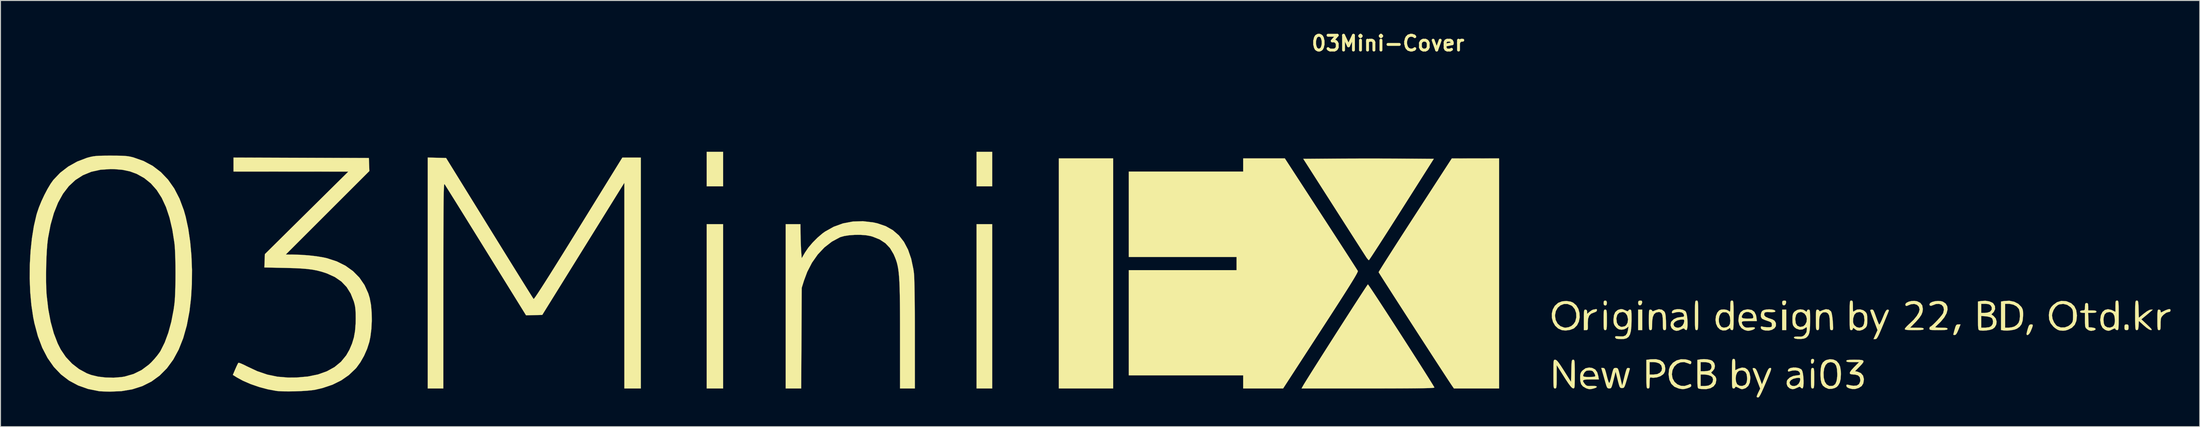
<source format=kicad_pcb>
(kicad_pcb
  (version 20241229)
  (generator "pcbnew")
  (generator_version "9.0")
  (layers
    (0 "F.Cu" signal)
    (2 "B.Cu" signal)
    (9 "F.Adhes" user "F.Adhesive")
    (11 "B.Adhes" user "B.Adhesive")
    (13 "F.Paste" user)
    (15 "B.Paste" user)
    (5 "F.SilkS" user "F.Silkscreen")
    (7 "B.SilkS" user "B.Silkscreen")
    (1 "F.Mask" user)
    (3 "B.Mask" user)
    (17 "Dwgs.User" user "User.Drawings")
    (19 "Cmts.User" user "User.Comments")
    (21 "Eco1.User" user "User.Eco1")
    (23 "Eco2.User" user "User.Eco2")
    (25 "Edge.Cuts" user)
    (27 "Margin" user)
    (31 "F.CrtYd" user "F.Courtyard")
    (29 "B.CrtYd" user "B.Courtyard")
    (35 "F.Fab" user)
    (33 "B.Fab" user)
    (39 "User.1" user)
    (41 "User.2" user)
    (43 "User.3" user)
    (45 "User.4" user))
  (footprint "03Mini-Cover"
    (layer "F.Cu")
    (at 139.765 1.418)
    (property "Reference" "03Mini-Cover" (at 0 0 0) (layer "F.SilkS") (effects (font (size 1.524 1.524) (thickness 0.3))))
    (attr through_hole)
    (fp_poly (pts (xy -68.411 14.732) (xy -70.104 14.732) (xy -70.104 11.176) (xy -68.411 11.176) (xy -68.411 14.732)) (stroke (width 0.01) (type solid)) (fill yes) (layer "F.SilkS"))
    (fp_poly (pts (xy -68.411 35.56) (xy -70.104 35.56) (xy -70.104 18.627) (xy -68.411 18.627) (xy -68.411 35.56)) (stroke (width 0.01) (type solid)) (fill yes) (layer "F.SilkS"))
    (fp_poly (pts (xy -40.725 14.732) (xy -42.333 14.732) (xy -42.333 11.176) (xy -40.725 11.176) (xy -40.725 14.732)) (stroke (width 0.01) (type solid)) (fill yes) (layer "F.SilkS"))
    (fp_poly (pts (xy -40.725 35.56) (xy -42.333 35.56) (xy -42.333 18.627) (xy -40.725 18.627) (xy -40.725 35.56)) (stroke (width 0.01) (type solid)) (fill yes) (layer "F.SilkS"))
    (fp_poly (pts (xy -28.279 35.56) (xy -33.867 35.56) (xy -33.867 11.853) (xy -28.279 11.853) (xy -28.279 35.56)) (stroke (width 0.01) (type solid)) (fill yes) (layer "F.SilkS"))
    (fp_poly (pts (xy 26.162 29.549) (xy 25.739 29.549) (xy 25.739 27.432) (xy 26.162 27.432) (xy 26.162 29.549)) (stroke (width 0.01) (type solid)) (fill yes) (layer "F.SilkS"))
    (fp_poly (pts (xy 40.979 29.549) (xy 40.555 29.549) (xy 40.555 27.432) (xy 40.979 27.432) (xy 40.979 29.549)) (stroke (width 0.01) (type solid)) (fill yes) (layer "F.SilkS"))
    (fp_poly (pts (xy 43.819 32.545) (xy 43.848 32.677) (xy 43.842 32.744) (xy 43.77 32.937) (xy 43.667 33.004) (xy 43.56 32.986) (xy 43.521 32.85) (xy 43.519 32.772) (xy 43.543 32.584) (xy 43.637 32.516) (xy 43.694 32.512) (xy 43.819 32.545)) (stroke (width 0.01) (type solid)) (fill yes) (layer "F.SilkS"))
    (fp_poly (pts (xy 22.476 26.541) (xy 22.52 26.689) (xy 22.521 26.755) (xy 22.495 26.941) (xy 22.396 27.006) (xy 22.352 27.009) (xy 22.228 26.969) (xy 22.184 26.82) (xy 22.183 26.755) (xy 22.209 26.569) (xy 22.308 26.503) (xy 22.352 26.501) (xy 22.476 26.541)) (stroke (width 0.01) (type solid)) (fill yes) (layer "F.SilkS"))
    (fp_poly (pts (xy 26.111 26.525) (xy 26.153 26.634) (xy 26.146 26.733) (xy 26.074 26.915) (xy 25.943 27.002) (xy 25.804 26.96) (xy 25.798 26.955) (xy 25.751 26.831) (xy 25.739 26.698) (xy 25.776 26.548) (xy 25.92 26.501) (xy 25.956 26.501) (xy 26.111 26.525)) (stroke (width 0.01) (type solid)) (fill yes) (layer "F.SilkS"))
    (fp_poly (pts (xy 40.928 26.525) (xy 40.97 26.634) (xy 40.963 26.733) (xy 40.891 26.915) (xy 40.759 27.002) (xy 40.62 26.96) (xy 40.615 26.955) (xy 40.568 26.831) (xy 40.555 26.698) (xy 40.593 26.548) (xy 40.736 26.501) (xy 40.773 26.501) (xy 40.928 26.525)) (stroke (width 0.01) (type solid)) (fill yes) (layer "F.SilkS"))
    (fp_poly (pts (xy 76.131 28.978) (xy 76.19 29.078) (xy 76.2 29.252) (xy 76.184 29.453) (xy 76.113 29.535) (xy 75.988 29.549) (xy 75.845 29.527) (xy 75.787 29.427) (xy 75.777 29.252) (xy 75.792 29.052) (xy 75.864 28.97) (xy 75.988 28.956) (xy 76.131 28.978)) (stroke (width 0.01) (type solid)) (fill yes) (layer "F.SilkS"))
    (fp_poly (pts (xy 58.695 29.506) (xy 58.552 29.827) (xy 58.431 30.004) (xy 58.321 30.057) (xy 58.191 30.037) (xy 58.166 30.013) (xy 58.187 29.915) (xy 58.242 29.702) (xy 58.307 29.463) (xy 58.392 29.183) (xy 58.466 29.031) (xy 58.559 28.968) (xy 58.68 28.956) (xy 58.913 28.956) (xy 58.695 29.506)) (stroke (width 0.01) (type solid)) (fill yes) (layer "F.SilkS"))
    (fp_poly (pts (xy 66.29 28.967) (xy 66.343 29.019) (xy 66.332 29.141) (xy 66.256 29.36) (xy 66.115 29.697) (xy 65.996 29.905) (xy 65.865 30.034) (xy 65.757 30.064) (xy 65.703 29.975) (xy 65.701 29.945) (xy 65.724 29.805) (xy 65.783 29.567) (xy 65.832 29.395) (xy 65.919 29.136) (xy 66.004 29.004) (xy 66.117 28.959) (xy 66.176 28.956) (xy 66.29 28.967)) (stroke (width 0.01) (type solid)) (fill yes) (layer "F.SilkS"))
    (fp_poly (pts (xy 22.422 27.442) (xy 22.47 27.489) (xy 22.499 27.601) (xy 22.515 27.806) (xy 22.52 28.131) (xy 22.521 28.49) (xy 22.52 28.93) (xy 22.512 29.227) (xy 22.494 29.41) (xy 22.461 29.506) (xy 22.409 29.543) (xy 22.352 29.549) (xy 22.282 29.539) (xy 22.234 29.492) (xy 22.205 29.379) (xy 22.189 29.174) (xy 22.184 28.849) (xy 22.183 28.49) (xy 22.184 28.051) (xy 22.192 27.754) (xy 22.21 27.571) (xy 22.243 27.474) (xy 22.295 27.437) (xy 22.352 27.432) (xy 22.422 27.442)) (stroke (width 0.01) (type solid)) (fill yes) (layer "F.SilkS"))
    (fp_poly (pts (xy 43.758 33.453) (xy 43.806 33.5) (xy 43.835 33.613) (xy 43.851 33.818) (xy 43.856 34.143) (xy 43.857 34.502) (xy 43.856 34.941) (xy 43.848 35.238) (xy 43.83 35.421) (xy 43.797 35.518) (xy 43.745 35.555) (xy 43.688 35.56) (xy 43.618 35.55) (xy 43.57 35.503) (xy 43.541 35.391) (xy 43.525 35.186) (xy 43.52 34.861) (xy 43.519 34.502) (xy 43.52 34.062) (xy 43.528 33.765) (xy 43.546 33.582) (xy 43.579 33.486) (xy 43.631 33.449) (xy 43.688 33.443) (xy 43.758 33.453)) (stroke (width 0.01) (type solid)) (fill yes) (layer "F.SilkS"))
    (fp_poly (pts (xy 31.81 26.508) (xy 31.854 26.545) (xy 31.884 26.635) (xy 31.903 26.8) (xy 31.914 27.064) (xy 31.918 27.45) (xy 31.919 27.981) (xy 31.919 28.025) (xy 31.919 28.566) (xy 31.914 28.962) (xy 31.904 29.234) (xy 31.886 29.406) (xy 31.857 29.5) (xy 31.814 29.54) (xy 31.755 29.549) (xy 31.75 29.549) (xy 31.69 29.541) (xy 31.646 29.504) (xy 31.616 29.415) (xy 31.597 29.249) (xy 31.586 28.985) (xy 31.582 28.599) (xy 31.581 28.069) (xy 31.581 28.025) (xy 31.581 27.483) (xy 31.586 27.087) (xy 31.596 26.815) (xy 31.614 26.644) (xy 31.643 26.549) (xy 31.686 26.509) (xy 31.745 26.501) (xy 31.75 26.501) (xy 31.81 26.508)) (stroke (width 0.01) (type solid)) (fill yes) (layer "F.SilkS"))
    (fp_poly (pts (xy 21.481 27.388) (xy 21.505 27.493) (xy 21.446 27.626) (xy 21.251 27.72) (xy 21.196 27.735) (xy 20.896 27.857) (xy 20.699 28.061) (xy 20.591 28.371) (xy 20.559 28.81) (xy 20.561 28.911) (xy 20.567 29.235) (xy 20.557 29.425) (xy 20.519 29.517) (xy 20.444 29.546) (xy 20.364 29.549) (xy 20.151 29.549) (xy 20.151 28.49) (xy 20.152 28.051) (xy 20.16 27.754) (xy 20.178 27.571) (xy 20.211 27.474) (xy 20.263 27.437) (xy 20.32 27.432) (xy 20.451 27.48) (xy 20.489 27.647) (xy 20.489 27.651) (xy 20.489 27.87) (xy 20.75 27.651) (xy 20.943 27.511) (xy 21.098 27.436) (xy 21.124 27.432) (xy 21.303 27.403) (xy 21.371 27.381) (xy 21.481 27.388)) (stroke (width 0.01) (type solid)) (fill yes) (layer "F.SilkS"))
    (fp_poly (pts (xy -1.119 11.865) (xy -0.042 11.867) (xy 0.944 11.871) (xy 1.391 11.874) (xy 4.716 11.896) (xy 1.406 17.12) (xy 0.866 17.971) (xy 0.351 18.779) (xy -0.13 19.533) (xy -0.571 20.221) (xy -0.965 20.833) (xy -1.304 21.356) (xy -1.581 21.781) (xy -1.789 22.095) (xy -1.92 22.288) (xy -1.967 22.348) (xy -2.047 22.286) (xy -2.176 22.125) (xy -2.238 22.035) (xy -2.318 21.91) (xy -2.481 21.656) (xy -2.72 21.284) (xy -3.025 20.807) (xy -3.39 20.238) (xy -3.805 19.588) (xy -4.264 18.871) (xy -4.757 18.099) (xy -5.278 17.284) (xy -5.583 16.806) (xy -8.72 11.896) (xy -5.328 11.874) (xy -4.394 11.869) (xy -3.347 11.866) (xy -2.238 11.864) (xy -1.119 11.865)) (stroke (width 0.01) (type solid)) (fill yes) (layer "F.SilkS"))
    (fp_poly (pts (xy -6.894 17.578) (xy -6.314 18.47) (xy -5.761 19.323) (xy -5.241 20.126) (xy -4.761 20.868) (xy -4.327 21.539) (xy -3.948 22.127) (xy -3.631 22.621) (xy -3.381 23.01) (xy -3.207 23.284) (xy -3.115 23.431) (xy -3.103 23.452) (xy -3.108 23.509) (xy -3.157 23.626) (xy -3.252 23.81) (xy -3.399 24.069) (xy -3.603 24.41) (xy -3.869 24.841) (xy -4.2 25.369) (xy -4.601 26.002) (xy -5.078 26.747) (xy -5.635 27.612) (xy -6.277 28.605) (xy -6.91 29.581) (xy -10.789 35.56) (xy -14.901 35.56) (xy -14.901 34.205) (xy -26.67 34.205) (xy -26.67 23.368) (xy -15.579 23.368) (xy -15.579 22.013) (xy -26.67 22.013) (xy -26.67 13.208) (xy -14.901 13.208) (xy -14.901 11.853) (xy -10.612 11.853) (xy -6.894 17.578)) (stroke (width 0.01) (type solid)) (fill yes) (layer "F.SilkS"))
    (fp_poly (pts (xy 11.43 35.56) (xy 6.785 35.56) (xy 6.621 35.327) (xy 6.512 35.167) (xy 6.325 34.885) (xy 6.069 34.495) (xy 5.752 34.009) (xy 5.382 33.441) (xy 4.967 32.803) (xy 4.516 32.108) (xy 4.038 31.369) (xy 3.539 30.599) (xy 3.029 29.811) (xy 2.516 29.016) (xy 2.009 28.23) (xy 1.515 27.463) (xy 1.042 26.729) (xy 0.6 26.042) (xy 0.197 25.413) (xy -0.16 24.856) (xy -0.462 24.383) (xy -0.701 24.007) (xy -0.867 23.742) (xy -0.954 23.599) (xy -0.965 23.578) (xy -0.922 23.496) (xy -0.792 23.282) (xy -0.585 22.947) (xy -0.305 22.503) (xy 0.04 21.96) (xy 0.443 21.328) (xy 0.897 20.618) (xy 1.396 19.841) (xy 1.933 19.008) (xy 2.5 18.13) (xy 2.794 17.676) (xy 6.562 11.859) (xy 11.43 11.853) (xy 11.43 35.56)) (stroke (width 0.01) (type solid)) (fill yes) (layer "F.SilkS"))
    (fp_poly (pts (xy 39.393 33.452) (xy 39.425 33.49) (xy 39.421 33.579) (xy 39.375 33.738) (xy 39.283 33.988) (xy 39.136 34.348) (xy 38.93 34.84) (xy 38.877 34.967) (xy 38.638 35.523) (xy 38.452 35.936) (xy 38.308 36.223) (xy 38.2 36.399) (xy 38.118 36.481) (xy 38.082 36.491) (xy 37.954 36.453) (xy 37.931 36.409) (xy 37.965 36.29) (xy 38.053 36.079) (xy 38.114 35.949) (xy 38.297 35.572) (xy 37.948 34.656) (xy 37.803 34.277) (xy 37.677 33.945) (xy 37.584 33.699) (xy 37.541 33.584) (xy 37.527 33.471) (xy 37.633 33.451) (xy 37.68 33.457) (xy 37.779 33.494) (xy 37.871 33.594) (xy 37.97 33.784) (xy 38.095 34.092) (xy 38.176 34.312) (xy 38.475 35.138) (xy 38.81 34.291) (xy 38.966 33.908) (xy 39.082 33.658) (xy 39.177 33.516) (xy 39.265 33.453) (xy 39.332 33.443) (xy 39.393 33.452)) (stroke (width 0.01) (type solid)) (fill yes) (layer "F.SilkS"))
    (fp_poly (pts (xy 80.513 27.448) (xy 80.518 27.515) (xy 80.471 27.647) (xy 80.306 27.686) (xy 80.298 27.686) (xy 80.068 27.758) (xy 79.807 27.957) (xy 79.79 27.974) (xy 79.643 28.13) (xy 79.557 28.269) (xy 79.516 28.444) (xy 79.503 28.706) (xy 79.502 28.905) (xy 79.498 29.232) (xy 79.48 29.425) (xy 79.439 29.519) (xy 79.366 29.547) (xy 79.333 29.549) (xy 79.262 29.539) (xy 79.215 29.492) (xy 79.186 29.379) (xy 79.17 29.174) (xy 79.164 28.849) (xy 79.163 28.49) (xy 79.165 28.051) (xy 79.172 27.754) (xy 79.19 27.571) (xy 79.223 27.474) (xy 79.275 27.437) (xy 79.333 27.432) (xy 79.475 27.492) (xy 79.502 27.598) (xy 79.511 27.702) (xy 79.566 27.718) (xy 79.71 27.646) (xy 79.777 27.608) (xy 80.032 27.485) (xy 80.274 27.401) (xy 80.285 27.398) (xy 80.453 27.379) (xy 80.513 27.448)) (stroke (width 0.01) (type solid)) (fill yes) (layer "F.SilkS"))
    (fp_poly (pts (xy 64.436 26.623) (xy 64.857 26.84) (xy 65.172 27.159) (xy 65.198 27.198) (xy 65.291 27.379) (xy 65.339 27.583) (xy 65.352 27.866) (xy 65.345 28.125) (xy 65.299 28.592) (xy 65.189 28.935) (xy 64.996 29.193) (xy 64.716 29.398) (xy 64.457 29.496) (xy 64.099 29.565) (xy 63.711 29.598) (xy 63.362 29.585) (xy 63.309 29.577) (xy 63.077 29.537) (xy 63.077 26.839) (xy 63.5 26.839) (xy 63.5 29.295) (xy 63.847 29.295) (xy 64.149 29.262) (xy 64.433 29.18) (xy 64.465 29.166) (xy 64.699 29.003) (xy 64.88 28.793) (xy 64.977 28.514) (xy 65.02 28.146) (xy 65.006 27.762) (xy 64.936 27.435) (xy 64.901 27.355) (xy 64.686 27.108) (xy 64.356 26.93) (xy 63.96 26.844) (xy 63.847 26.839) (xy 63.5 26.839) (xy 63.077 26.839) (xy 63.077 26.6) (xy 63.408 26.544) (xy 63.941 26.52) (xy 64.436 26.623)) (stroke (width 0.01) (type solid)) (fill yes) (layer "F.SilkS"))
    (fp_poly (pts (xy 30.637 32.565) (xy 30.786 32.599) (xy 31.058 32.688) (xy 31.192 32.775) (xy 31.216 32.885) (xy 31.192 32.968) (xy 31.138 33.05) (xy 31.04 33.042) (xy 30.899 32.976) (xy 30.492 32.847) (xy 30.099 32.87) (xy 29.747 33.026) (xy 29.464 33.297) (xy 29.276 33.664) (xy 29.21 34.097) (xy 29.283 34.522) (xy 29.48 34.874) (xy 29.773 35.134) (xy 30.131 35.282) (xy 30.524 35.3) (xy 30.899 35.181) (xy 31.07 35.105) (xy 31.153 35.119) (xy 31.194 35.195) (xy 31.2 35.323) (xy 31.091 35.428) (xy 30.843 35.527) (xy 30.734 35.559) (xy 30.483 35.619) (xy 30.273 35.629) (xy 30.018 35.587) (xy 29.898 35.56) (xy 29.468 35.381) (xy 29.149 35.078) (xy 28.949 34.661) (xy 28.872 34.137) (xy 28.871 34.078) (xy 28.917 33.593) (xy 29.028 33.273) (xy 29.31 32.913) (xy 29.694 32.667) (xy 30.148 32.546) (xy 30.637 32.565)) (stroke (width 0.01) (type solid)) (fill yes) (layer "F.SilkS"))
    (fp_poly (pts (xy 71.988 26.78) (xy 72.038 26.883) (xy 72.051 27.108) (xy 72.051 27.136) (xy 72.051 27.517) (xy 72.475 27.517) (xy 72.741 27.53) (xy 72.871 27.577) (xy 72.898 27.644) (xy 72.853 27.723) (xy 72.697 27.762) (xy 72.471 27.771) (xy 72.045 27.771) (xy 72.069 28.512) (xy 72.094 29.252) (xy 72.454 29.278) (xy 72.694 29.326) (xy 72.809 29.409) (xy 72.787 29.503) (xy 72.623 29.58) (xy 72.334 29.627) (xy 72.11 29.573) (xy 71.936 29.458) (xy 71.829 29.363) (xy 71.763 29.257) (xy 71.728 29.099) (xy 71.715 28.848) (xy 71.713 28.527) (xy 71.713 27.771) (xy 71.459 27.771) (xy 71.257 27.733) (xy 71.205 27.644) (xy 71.28 27.543) (xy 71.459 27.517) (xy 71.615 27.506) (xy 71.689 27.442) (xy 71.711 27.279) (xy 71.713 27.136) (xy 71.724 26.898) (xy 71.77 26.785) (xy 71.87 26.755) (xy 71.882 26.755) (xy 71.988 26.78)) (stroke (width 0.01) (type solid)) (fill yes) (layer "F.SilkS"))
    (fp_poly (pts (xy 51.532 27.467) (xy 51.525 27.58) (xy 51.475 27.704) (xy 51.373 27.956) (xy 51.229 28.307) (xy 51.056 28.729) (xy 50.902 29.102) (xy 50.692 29.604) (xy 50.532 29.968) (xy 50.411 30.217) (xy 50.316 30.371) (xy 50.237 30.451) (xy 50.161 30.477) (xy 50.145 30.478) (xy 49.955 30.48) (xy 50.369 29.545) (xy 49.992 28.552) (xy 49.849 28.169) (xy 49.73 27.845) (xy 49.649 27.61) (xy 49.615 27.498) (xy 49.615 27.495) (xy 49.685 27.443) (xy 49.775 27.432) (xy 49.851 27.436) (xy 49.911 27.468) (xy 49.971 27.554) (xy 50.046 27.722) (xy 50.15 28) (xy 50.266 28.321) (xy 50.377 28.617) (xy 50.473 28.85) (xy 50.536 28.974) (xy 50.54 28.979) (xy 50.594 28.934) (xy 50.691 28.759) (xy 50.817 28.486) (xy 50.92 28.238) (xy 51.076 27.859) (xy 51.196 27.616) (xy 51.293 27.482) (xy 51.385 27.434) (xy 51.409 27.432) (xy 51.532 27.467)) (stroke (width 0.01) (type solid)) (fill yes) (layer "F.SilkS"))
    (fp_poly (pts (xy 27.987 32.642) (xy 28.297 32.851) (xy 28.481 33.163) (xy 28.533 33.504) (xy 28.504 33.791) (xy 28.396 34.004) (xy 28.292 34.12) (xy 28.019 34.301) (xy 27.658 34.421) (xy 27.29 34.46) (xy 27.093 34.435) (xy 27.004 34.425) (xy 26.953 34.475) (xy 26.93 34.62) (xy 26.924 34.894) (xy 26.924 34.975) (xy 26.919 35.284) (xy 26.898 35.46) (xy 26.85 35.54) (xy 26.765 35.56) (xy 26.755 35.56) (xy 26.694 35.553) (xy 26.649 35.515) (xy 26.619 35.423) (xy 26.6 35.255) (xy 26.59 34.986) (xy 26.586 34.593) (xy 26.585 34.084) (xy 26.585 32.851) (xy 26.924 32.851) (xy 26.924 34.121) (xy 27.336 34.121) (xy 27.705 34.078) (xy 27.971 33.945) (xy 28.149 33.732) (xy 28.194 33.486) (xy 28.121 33.189) (xy 27.911 32.98) (xy 27.574 32.868) (xy 27.336 32.851) (xy 26.924 32.851) (xy 26.585 32.851) (xy 26.585 32.609) (xy 27.035 32.553) (xy 27.563 32.54) (xy 27.987 32.642)) (stroke (width 0.01) (type solid)) (fill yes) (layer "F.SilkS"))
    (fp_poly (pts (xy 54.442 26.576) (xy 54.775 26.741) (xy 54.97 27) (xy 55.033 27.366) (xy 55.033 27.37) (xy 54.999 27.674) (xy 54.884 27.971) (xy 54.669 28.291) (xy 54.337 28.669) (xy 54.244 28.765) (xy 53.726 29.295) (xy 54.422 29.295) (xy 54.775 29.3) (xy 54.989 29.321) (xy 55.093 29.362) (xy 55.118 29.422) (xy 55.092 29.477) (xy 54.996 29.515) (xy 54.805 29.537) (xy 54.491 29.547) (xy 54.144 29.549) (xy 53.711 29.545) (xy 53.423 29.531) (xy 53.254 29.504) (xy 53.18 29.461) (xy 53.171 29.43) (xy 53.231 29.323) (xy 53.392 29.142) (xy 53.621 28.922) (xy 53.694 28.859) (xy 54.097 28.469) (xy 54.411 28.083) (xy 54.616 27.729) (xy 54.694 27.431) (xy 54.695 27.415) (xy 54.624 27.135) (xy 54.436 26.943) (xy 54.16 26.853) (xy 53.831 26.878) (xy 53.579 26.974) (xy 53.389 27.055) (xy 53.287 27.043) (xy 53.249 26.998) (xy 53.238 26.855) (xy 53.359 26.723) (xy 53.577 26.617) (xy 53.855 26.548) (xy 54.157 26.531) (xy 54.442 26.576)) (stroke (width 0.01) (type solid)) (fill yes) (layer "F.SilkS"))
    (fp_poly (pts (xy 77.119 26.514) (xy 77.169 26.572) (xy 77.2 26.706) (xy 77.219 26.946) (xy 77.233 27.321) (xy 77.234 27.384) (xy 77.258 28.268) (xy 77.765 27.85) (xy 78.091 27.607) (xy 78.352 27.465) (xy 78.484 27.435) (xy 78.698 27.437) (xy 78.483 27.625) (xy 78.293 27.788) (xy 78.043 27.999) (xy 77.894 28.123) (xy 77.519 28.433) (xy 78.109 28.987) (xy 78.376 29.244) (xy 78.531 29.409) (xy 78.585 29.501) (xy 78.553 29.539) (xy 78.499 29.545) (xy 78.316 29.484) (xy 78.048 29.303) (xy 77.78 29.076) (xy 77.258 28.604) (xy 77.233 29.076) (xy 77.21 29.35) (xy 77.168 29.493) (xy 77.091 29.545) (xy 77.042 29.549) (xy 76.984 29.541) (xy 76.941 29.501) (xy 76.911 29.407) (xy 76.893 29.236) (xy 76.883 28.964) (xy 76.878 28.569) (xy 76.877 28.028) (xy 76.877 28.025) (xy 76.878 27.483) (xy 76.882 27.087) (xy 76.893 26.815) (xy 76.911 26.643) (xy 76.94 26.549) (xy 76.983 26.509) (xy 77.042 26.501) (xy 77.044 26.501) (xy 77.119 26.514)) (stroke (width 0.01) (type solid)) (fill yes) (layer "F.SilkS"))
    (fp_poly (pts (xy 18.787 26.607) (xy 19.051 26.718) (xy 19.37 26.993) (xy 19.589 27.363) (xy 19.707 27.791) (xy 19.725 28.239) (xy 19.641 28.672) (xy 19.454 29.052) (xy 19.165 29.342) (xy 19.092 29.388) (xy 18.718 29.53) (xy 18.288 29.59) (xy 17.905 29.556) (xy 17.505 29.379) (xy 17.195 29.088) (xy 16.98 28.716) (xy 16.865 28.293) (xy 16.86 28.067) (xy 17.187 28.067) (xy 17.257 28.508) (xy 17.45 28.875) (xy 17.743 29.14) (xy 18.113 29.28) (xy 18.288 29.294) (xy 18.566 29.248) (xy 18.844 29.135) (xy 18.865 29.123) (xy 19.089 28.928) (xy 19.257 28.682) (xy 19.267 28.661) (xy 19.377 28.223) (xy 19.359 27.788) (xy 19.223 27.398) (xy 18.978 27.092) (xy 18.865 27.011) (xy 18.477 26.859) (xy 18.097 26.859) (xy 17.75 26.992) (xy 17.465 27.242) (xy 17.269 27.591) (xy 17.188 28.023) (xy 17.187 28.067) (xy 16.86 28.067) (xy 16.854 27.854) (xy 16.952 27.429) (xy 17.162 27.05) (xy 17.491 26.751) (xy 17.51 26.738) (xy 17.899 26.585) (xy 18.347 26.541) (xy 18.787 26.607)) (stroke (width 0.01) (type solid)) (fill yes) (layer "F.SilkS"))
    (fp_poly (pts (xy 45.828 32.579) (xy 46.132 32.718) (xy 46.173 32.752) (xy 46.39 33.006) (xy 46.525 33.322) (xy 46.591 33.738) (xy 46.602 34.078) (xy 46.575 34.579) (xy 46.486 34.956) (xy 46.324 35.246) (xy 46.173 35.405) (xy 45.961 35.521) (xy 45.675 35.597) (xy 45.401 35.612) (xy 45.297 35.592) (xy 44.97 35.448) (xy 44.743 35.264) (xy 44.6 35.008) (xy 44.523 34.651) (xy 44.498 34.163) (xy 44.497 34.078) (xy 44.504 33.924) (xy 44.819 33.924) (xy 44.839 34.442) (xy 44.84 34.454) (xy 44.946 34.865) (xy 45.138 35.149) (xy 45.401 35.295) (xy 45.723 35.291) (xy 45.843 35.253) (xy 46.032 35.091) (xy 46.159 34.778) (xy 46.222 34.32) (xy 46.228 34.078) (xy 46.2 33.573) (xy 46.112 33.214) (xy 45.953 32.985) (xy 45.715 32.871) (xy 45.511 32.851) (xy 45.239 32.928) (xy 45.027 33.146) (xy 44.884 33.485) (xy 44.819 33.924) (xy 44.504 33.924) (xy 44.52 33.554) (xy 44.596 33.168) (xy 44.735 32.893) (xy 44.949 32.704) (xy 45.104 32.625) (xy 45.463 32.546) (xy 45.828 32.579)) (stroke (width 0.01) (type solid)) (fill yes) (layer "F.SilkS"))
    (fp_poly (pts (xy 28.183 27.439) (xy 28.421 27.618) (xy 28.495 27.733) (xy 28.546 27.908) (xy 28.579 28.176) (xy 28.6 28.572) (xy 28.604 28.668) (xy 28.615 29.062) (xy 28.614 29.316) (xy 28.596 29.462) (xy 28.556 29.529) (xy 28.488 29.548) (xy 28.456 29.549) (xy 28.373 29.538) (xy 28.321 29.485) (xy 28.293 29.358) (xy 28.281 29.125) (xy 28.279 28.755) (xy 28.279 28.75) (xy 28.265 28.294) (xy 28.219 27.983) (xy 28.131 27.793) (xy 27.992 27.703) (xy 27.856 27.686) (xy 27.573 27.74) (xy 27.371 27.911) (xy 27.244 28.21) (xy 27.184 28.65) (xy 27.178 28.909) (xy 27.174 29.235) (xy 27.156 29.427) (xy 27.115 29.519) (xy 27.041 29.548) (xy 27.009 29.549) (xy 26.938 29.539) (xy 26.891 29.492) (xy 26.862 29.379) (xy 26.846 29.174) (xy 26.84 28.849) (xy 26.839 28.49) (xy 26.841 28.051) (xy 26.848 27.754) (xy 26.866 27.571) (xy 26.899 27.474) (xy 26.951 27.437) (xy 27.009 27.432) (xy 27.146 27.48) (xy 27.178 27.548) (xy 27.211 27.606) (xy 27.332 27.582) (xy 27.507 27.502) (xy 27.87 27.39) (xy 28.183 27.439)) (stroke (width 0.01) (type solid)) (fill yes) (layer "F.SilkS"))
    (fp_poly (pts (xy 39.503 27.423) (xy 39.723 27.475) (xy 39.847 27.557) (xy 39.855 27.626) (xy 39.756 27.687) (xy 39.506 27.706) (xy 39.299 27.699) (xy 39.002 27.69) (xy 38.83 27.711) (xy 38.745 27.772) (xy 38.722 27.816) (xy 38.713 28.014) (xy 38.858 28.179) (xy 39.163 28.315) (xy 39.247 28.341) (xy 39.571 28.451) (xy 39.767 28.574) (xy 39.878 28.742) (xy 39.921 28.881) (xy 39.91 29.14) (xy 39.763 29.357) (xy 39.512 29.514) (xy 39.187 29.596) (xy 38.819 29.586) (xy 38.629 29.543) (xy 38.42 29.44) (xy 38.354 29.289) (xy 38.354 29.283) (xy 38.383 29.159) (xy 38.495 29.172) (xy 38.502 29.176) (xy 38.672 29.217) (xy 38.934 29.243) (xy 39.074 29.248) (xy 39.324 29.245) (xy 39.449 29.213) (xy 39.492 29.125) (xy 39.497 28.998) (xy 39.482 28.848) (xy 39.411 28.749) (xy 39.244 28.667) (xy 39.044 28.599) (xy 38.77 28.501) (xy 38.553 28.405) (xy 38.472 28.356) (xy 38.373 28.178) (xy 38.361 27.93) (xy 38.43 27.687) (xy 38.523 27.559) (xy 38.697 27.469) (xy 38.947 27.418) (xy 39.23 27.403) (xy 39.503 27.423)) (stroke (width 0.01) (type solid)) (fill yes) (layer "F.SilkS"))
    (fp_poly (pts (xy 45.346 27.427) (xy 45.572 27.603) (xy 45.593 27.633) (xy 45.652 27.8) (xy 45.708 28.095) (xy 45.753 28.478) (xy 45.77 28.681) (xy 45.795 29.07) (xy 45.803 29.322) (xy 45.791 29.465) (xy 45.753 29.53) (xy 45.687 29.548) (xy 45.647 29.549) (xy 45.558 29.537) (xy 45.504 29.481) (xy 45.477 29.345) (xy 45.466 29.097) (xy 45.465 28.85) (xy 45.447 28.375) (xy 45.388 28.044) (xy 45.28 27.835) (xy 45.112 27.727) (xy 44.987 27.703) (xy 44.758 27.723) (xy 44.578 27.864) (xy 44.544 27.904) (xy 44.452 28.049) (xy 44.398 28.226) (xy 44.372 28.481) (xy 44.365 28.84) (xy 44.362 29.187) (xy 44.347 29.398) (xy 44.312 29.506) (xy 44.25 29.545) (xy 44.196 29.549) (xy 44.126 29.539) (xy 44.078 29.492) (xy 44.049 29.379) (xy 44.033 29.174) (xy 44.028 28.849) (xy 44.027 28.49) (xy 44.028 28.051) (xy 44.036 27.754) (xy 44.054 27.571) (xy 44.087 27.474) (xy 44.139 27.437) (xy 44.196 27.432) (xy 44.333 27.48) (xy 44.365 27.548) (xy 44.399 27.606) (xy 44.519 27.582) (xy 44.694 27.502) (xy 45.046 27.392) (xy 45.346 27.427)) (stroke (width 0.01) (type solid)) (fill yes) (layer "F.SilkS"))
    (fp_poly (pts (xy 48.497 32.604) (xy 48.785 32.637) (xy 48.923 32.71) (xy 48.918 32.837) (xy 48.78 33.033) (xy 48.517 33.313) (xy 48.497 33.334) (xy 48.057 33.779) (xy 48.322 33.832) (xy 48.656 33.976) (xy 48.879 34.236) (xy 48.967 34.582) (xy 48.968 34.641) (xy 48.907 35.034) (xy 48.739 35.312) (xy 48.446 35.501) (xy 48.416 35.513) (xy 48.069 35.617) (xy 47.75 35.617) (xy 47.434 35.539) (xy 47.22 35.425) (xy 47.159 35.284) (xy 47.189 35.167) (xy 47.309 35.167) (xy 47.35 35.179) (xy 47.558 35.23) (xy 47.832 35.274) (xy 47.892 35.282) (xy 48.232 35.258) (xy 48.467 35.105) (xy 48.586 34.834) (xy 48.599 34.684) (xy 48.54 34.394) (xy 48.359 34.21) (xy 48.047 34.127) (xy 47.893 34.121) (xy 47.642 34.1) (xy 47.519 34.029) (xy 47.525 33.896) (xy 47.663 33.687) (xy 47.934 33.389) (xy 47.982 33.34) (xy 48.466 32.851) (xy 47.813 32.851) (xy 47.472 32.844) (xy 47.27 32.821) (xy 47.177 32.776) (xy 47.159 32.724) (xy 47.187 32.666) (xy 47.287 32.628) (xy 47.487 32.607) (xy 47.814 32.598) (xy 48.048 32.597) (xy 48.497 32.604)) (stroke (width 0.01) (type solid)) (fill yes) (layer "F.SilkS"))
    (fp_poly (pts (xy 56.893 26.56) (xy 57.091 26.615) (xy 57.387 26.813) (xy 57.547 27.092) (xy 57.574 27.433) (xy 57.471 27.821) (xy 57.241 28.238) (xy 56.887 28.668) (xy 56.698 28.852) (xy 56.494 29.045) (xy 56.351 29.191) (xy 56.303 29.254) (xy 56.381 29.273) (xy 56.587 29.288) (xy 56.879 29.294) (xy 56.938 29.295) (xy 57.273 29.301) (xy 57.47 29.325) (xy 57.559 29.373) (xy 57.573 29.422) (xy 57.547 29.479) (xy 57.449 29.516) (xy 57.253 29.538) (xy 56.933 29.547) (xy 56.642 29.549) (xy 56.234 29.547) (xy 55.967 29.537) (xy 55.81 29.515) (xy 55.735 29.475) (xy 55.712 29.411) (xy 55.711 29.379) (xy 55.738 29.242) (xy 55.776 29.21) (xy 55.885 29.15) (xy 56.072 28.991) (xy 56.305 28.764) (xy 56.556 28.502) (xy 56.793 28.236) (xy 56.987 27.998) (xy 57.108 27.82) (xy 57.123 27.789) (xy 57.202 27.439) (xy 57.141 27.151) (xy 56.966 26.946) (xy 56.702 26.844) (xy 56.372 26.863) (xy 56.104 26.966) (xy 55.871 27.048) (xy 55.739 27.002) (xy 55.711 26.89) (xy 55.788 26.755) (xy 55.989 26.645) (xy 56.269 26.57) (xy 56.586 26.539) (xy 56.893 26.56)) (stroke (width 0.01) (type solid)) (fill yes) (layer "F.SilkS"))
    (fp_poly (pts (xy 21.021 33.449) (xy 21.324 33.606) (xy 21.529 33.888) (xy 21.641 34.284) (xy 21.696 34.629) (xy 20.881 34.629) (xy 20.468 34.635) (xy 20.207 34.663) (xy 20.083 34.724) (xy 20.077 34.831) (xy 20.175 34.995) (xy 20.248 35.091) (xy 20.364 35.219) (xy 20.49 35.284) (xy 20.682 35.302) (xy 20.938 35.293) (xy 21.254 35.294) (xy 21.442 35.334) (xy 21.491 35.401) (xy 21.391 35.483) (xy 21.193 35.554) (xy 20.896 35.624) (xy 20.678 35.629) (xy 20.461 35.567) (xy 20.362 35.526) (xy 20.058 35.349) (xy 19.873 35.121) (xy 19.786 34.802) (xy 19.77 34.498) (xy 19.779 34.187) (xy 19.78 34.184) (xy 20.086 34.184) (xy 20.093 34.292) (xy 20.209 34.35) (xy 20.455 34.372) (xy 20.701 34.375) (xy 21.047 34.363) (xy 21.265 34.331) (xy 21.336 34.284) (xy 21.287 34.112) (xy 21.176 33.908) (xy 21.054 33.766) (xy 21.048 33.762) (xy 20.901 33.717) (xy 20.701 33.7) (xy 20.435 33.732) (xy 20.263 33.853) (xy 20.163 34.009) (xy 20.086 34.184) (xy 19.78 34.184) (xy 19.82 33.983) (xy 19.91 33.824) (xy 20.01 33.712) (xy 20.33 33.476) (xy 20.696 33.4) (xy 21.021 33.449)) (stroke (width 0.01) (type solid)) (fill yes) (layer "F.SilkS"))
    (fp_poly (pts (xy -2.013 24.898) (xy -1.877 25.094) (xy -1.667 25.405) (xy -1.393 25.819) (xy -1.062 26.322) (xy -0.684 26.901) (xy -0.266 27.542) (xy 0.181 28.232) (xy 0.65 28.958) (xy 1.132 29.705) (xy 1.619 30.461) (xy 2.101 31.212) (xy 2.57 31.945) (xy 3.017 32.645) (xy 3.435 33.301) (xy 3.813 33.898) (xy 4.143 34.423) (xy 4.418 34.862) (xy 4.627 35.202) (xy 4.763 35.43) (xy 4.776 35.454) (xy 4.757 35.474) (xy 4.669 35.491) (xy 4.503 35.506) (xy 4.251 35.519) (xy 3.902 35.53) (xy 3.449 35.539) (xy 2.881 35.546) (xy 2.189 35.551) (xy 1.365 35.555) (xy 0.4 35.558) (xy -0.717 35.56) (xy -1.993 35.56) (xy -8.894 35.56) (xy -8.769 35.327) (xy -8.677 35.169) (xy -8.507 34.89) (xy -8.267 34.504) (xy -7.968 34.025) (xy -7.616 33.466) (xy -7.221 32.842) (xy -6.793 32.165) (xy -6.338 31.45) (xy -5.867 30.71) (xy -5.388 29.958) (xy -4.909 29.209) (xy -4.44 28.477) (xy -3.989 27.774) (xy -3.565 27.114) (xy -3.176 26.512) (xy -2.832 25.981) (xy -2.541 25.535) (xy -2.312 25.186) (xy -2.153 24.95) (xy -2.074 24.839) (xy -2.067 24.832) (xy -2.013 24.898)) (stroke (width 0.01) (type solid)) (fill yes) (layer "F.SilkS"))
    (fp_poly (pts (xy 37.431 27.47) (xy 37.701 27.668) (xy 37.865 27.996) (xy 37.909 28.226) (xy 37.953 28.617) (xy 37.18 28.617) (xy 36.815 28.62) (xy 36.587 28.633) (xy 36.464 28.663) (xy 36.415 28.717) (xy 36.407 28.787) (xy 36.464 28.968) (xy 36.587 29.136) (xy 36.715 29.238) (xy 36.868 29.284) (xy 37.104 29.284) (xy 37.264 29.271) (xy 37.555 29.254) (xy 37.71 29.272) (xy 37.761 29.33) (xy 37.761 29.341) (xy 37.688 29.435) (xy 37.505 29.525) (xy 37.444 29.544) (xy 37.194 29.607) (xy 37.018 29.62) (xy 36.831 29.578) (xy 36.665 29.523) (xy 36.366 29.335) (xy 36.157 29.026) (xy 36.059 28.631) (xy 36.054 28.513) (xy 36.087 28.241) (xy 36.403 28.241) (xy 36.531 28.325) (xy 36.806 28.36) (xy 36.999 28.363) (xy 37.31 28.359) (xy 37.488 28.34) (xy 37.569 28.293) (xy 37.591 28.209) (xy 37.592 28.18) (xy 37.52 27.943) (xy 37.335 27.773) (xy 37.088 27.682) (xy 36.828 27.687) (xy 36.604 27.8) (xy 36.538 27.874) (xy 36.41 28.096) (xy 36.403 28.241) (xy 36.087 28.241) (xy 36.11 28.047) (xy 36.277 27.708) (xy 36.556 27.496) (xy 36.95 27.407) (xy 37.053 27.404) (xy 37.431 27.47)) (stroke (width 0.01) (type solid)) (fill yes) (layer "F.SilkS"))
    (fp_poly (pts (xy 69.767 26.565) (xy 69.844 26.584) (xy 70.295 26.776) (xy 70.618 27.078) (xy 70.815 27.492) (xy 70.887 28.019) (xy 70.887 28.067) (xy 70.832 28.593) (xy 70.662 29.002) (xy 70.367 29.306) (xy 69.961 29.511) (xy 69.698 29.589) (xy 69.457 29.612) (xy 69.156 29.586) (xy 69.062 29.572) (xy 68.872 29.495) (xy 68.63 29.332) (xy 68.458 29.183) (xy 68.176 28.835) (xy 68.026 28.449) (xy 68.002 28.044) (xy 68.328 28.044) (xy 68.383 28.395) (xy 68.531 28.747) (xy 68.74 29.034) (xy 68.868 29.139) (xy 69.228 29.272) (xy 69.622 29.268) (xy 69.997 29.133) (xy 70.218 28.966) (xy 70.356 28.816) (xy 70.436 28.677) (xy 70.473 28.494) (xy 70.484 28.215) (xy 70.485 28.067) (xy 70.48 27.736) (xy 70.455 27.521) (xy 70.393 27.371) (xy 70.281 27.232) (xy 70.22 27.17) (xy 69.881 26.942) (xy 69.485 26.848) (xy 69.084 26.897) (xy 68.926 26.963) (xy 68.688 27.163) (xy 68.487 27.469) (xy 68.357 27.818) (xy 68.328 28.044) (xy 68.002 28.044) (xy 67.999 27.985) (xy 68.029 27.702) (xy 68.103 27.413) (xy 68.252 27.165) (xy 68.44 26.96) (xy 68.841 26.664) (xy 69.282 26.533) (xy 69.767 26.565)) (stroke (width 0.01) (type solid)) (fill yes) (layer "F.SilkS"))
    (fp_poly (pts (xy 19.112 32.604) (xy 19.156 32.643) (xy 19.186 32.737) (xy 19.204 32.908) (xy 19.214 33.18) (xy 19.219 33.576) (xy 19.219 34.084) (xy 19.219 34.618) (xy 19.215 35.005) (xy 19.206 35.269) (xy 19.188 35.432) (xy 19.158 35.518) (xy 19.113 35.549) (xy 19.051 35.547) (xy 19.034 35.545) (xy 18.928 35.486) (xy 18.778 35.327) (xy 18.574 35.055) (xy 18.306 34.655) (xy 18.102 34.336) (xy 17.357 33.154) (xy 17.357 34.357) (xy 17.355 34.83) (xy 17.349 35.16) (xy 17.335 35.372) (xy 17.308 35.492) (xy 17.265 35.546) (xy 17.204 35.56) (xy 17.187 35.56) (xy 17.126 35.553) (xy 17.082 35.515) (xy 17.052 35.424) (xy 17.033 35.255) (xy 17.023 34.987) (xy 17.019 34.595) (xy 17.018 34.078) (xy 17.019 33.546) (xy 17.022 33.159) (xy 17.032 32.895) (xy 17.05 32.73) (xy 17.081 32.641) (xy 17.126 32.605) (xy 17.19 32.598) (xy 17.209 32.599) (xy 17.301 32.627) (xy 17.415 32.725) (xy 17.566 32.908) (xy 17.767 33.197) (xy 18.034 33.61) (xy 18.119 33.743) (xy 18.838 34.886) (xy 18.862 33.742) (xy 18.873 33.281) (xy 18.886 32.964) (xy 18.907 32.764) (xy 18.939 32.653) (xy 18.987 32.606) (xy 19.052 32.597) (xy 19.112 32.604)) (stroke (width 0.01) (type solid)) (fill yes) (layer "F.SilkS"))
    (fp_poly (pts (xy 61.879 26.586) (xy 62.199 26.731) (xy 62.286 26.803) (xy 62.453 27.076) (xy 62.47 27.38) (xy 62.337 27.665) (xy 62.284 27.725) (xy 62.083 27.925) (xy 62.319 28.099) (xy 62.537 28.353) (xy 62.624 28.663) (xy 62.586 28.983) (xy 62.425 29.265) (xy 62.209 29.433) (xy 61.942 29.522) (xy 61.585 29.582) (xy 61.215 29.605) (xy 60.909 29.581) (xy 60.897 29.578) (xy 60.828 29.559) (xy 60.778 29.518) (xy 60.744 29.432) (xy 60.725 29.295) (xy 61.045 29.295) (xy 61.459 29.295) (xy 61.852 29.246) (xy 62.065 29.139) (xy 62.215 28.923) (xy 62.257 28.65) (xy 62.189 28.394) (xy 62.121 28.303) (xy 61.95 28.212) (xy 61.668 28.146) (xy 61.515 28.127) (xy 61.045 28.088) (xy 61.045 29.295) (xy 60.725 29.295) (xy 60.723 29.277) (xy 60.711 29.028) (xy 60.707 28.661) (xy 60.706 28.153) (xy 60.706 28.069) (xy 60.706 26.839) (xy 61.045 26.839) (xy 61.045 27.771) (xy 61.407 27.771) (xy 61.682 27.74) (xy 61.915 27.664) (xy 61.957 27.639) (xy 62.116 27.441) (xy 62.124 27.203) (xy 62.005 26.994) (xy 61.825 26.883) (xy 61.53 26.84) (xy 61.455 26.839) (xy 61.045 26.839) (xy 60.706 26.839) (xy 60.706 26.6) (xy 61.045 26.543) (xy 61.477 26.519) (xy 61.879 26.586)) (stroke (width 0.01) (type solid)) (fill yes) (layer "F.SilkS"))
    (fp_poly (pts (xy 30.045 27.391) (xy 30.332 27.449) (xy 30.563 27.564) (xy 30.623 27.618) (xy 30.7 27.777) (xy 30.76 28.039) (xy 30.801 28.364) (xy 30.823 28.713) (xy 30.823 29.045) (xy 30.8 29.321) (xy 30.752 29.501) (xy 30.697 29.549) (xy 30.552 29.487) (xy 30.515 29.433) (xy 30.457 29.373) (xy 30.333 29.395) (xy 30.161 29.475) (xy 29.877 29.598) (xy 29.658 29.621) (xy 29.434 29.55) (xy 29.382 29.525) (xy 29.174 29.335) (xy 29.076 29.065) (xy 29.087 28.952) (xy 29.379 28.952) (xy 29.448 29.15) (xy 29.621 29.268) (xy 29.852 29.3) (xy 30.094 29.238) (xy 30.299 29.078) (xy 30.305 29.072) (xy 30.429 28.851) (xy 30.48 28.637) (xy 30.468 28.509) (xy 30.401 28.455) (xy 30.235 28.455) (xy 30.096 28.469) (xy 29.758 28.552) (xy 29.511 28.699) (xy 29.387 28.889) (xy 29.379 28.952) (xy 29.087 28.952) (xy 29.103 28.778) (xy 29.163 28.655) (xy 29.404 28.424) (xy 29.751 28.261) (xy 30.147 28.194) (xy 30.181 28.194) (xy 30.401 28.168) (xy 30.472 28.073) (xy 30.411 27.885) (xy 30.392 27.85) (xy 30.245 27.736) (xy 29.991 27.685) (xy 29.685 27.7) (xy 29.427 27.769) (xy 29.27 27.811) (xy 29.215 27.757) (xy 29.21 27.687) (xy 29.284 27.538) (xy 29.477 27.438) (xy 29.746 27.388) (xy 30.045 27.391)) (stroke (width 0.01) (type solid)) (fill yes) (layer "F.SilkS"))
    (fp_poly (pts (xy 32.873 32.559) (xy 33.192 32.63) (xy 33.377 32.716) (xy 33.573 32.952) (xy 33.642 33.244) (xy 33.583 33.537) (xy 33.398 33.778) (xy 33.369 33.799) (xy 33.273 33.879) (xy 33.271 33.951) (xy 33.381 34.061) (xy 33.491 34.15) (xy 33.685 34.335) (xy 33.768 34.521) (xy 33.782 34.706) (xy 33.708 35.066) (xy 33.498 35.346) (xy 33.17 35.537) (xy 32.739 35.63) (xy 32.224 35.617) (xy 32.025 35.585) (xy 31.956 35.567) (xy 31.907 35.528) (xy 31.873 35.443) (xy 31.851 35.289) (xy 31.84 35.041) (xy 31.836 34.676) (xy 31.835 34.169) (xy 31.835 34.121) (xy 32.173 34.121) (xy 32.173 35.306) (xy 32.585 35.306) (xy 32.954 35.264) (xy 33.22 35.131) (xy 33.393 34.906) (xy 33.446 34.636) (xy 33.377 34.401) (xy 33.214 34.272) (xy 32.938 34.173) (xy 32.604 34.124) (xy 32.506 34.121) (xy 32.173 34.121) (xy 31.835 34.121) (xy 31.835 34.08) (xy 31.835 32.851) (xy 32.173 32.851) (xy 32.173 33.782) (xy 32.58 33.782) (xy 32.856 33.759) (xy 33.08 33.702) (xy 33.141 33.67) (xy 33.258 33.502) (xy 33.295 33.316) (xy 33.233 33.072) (xy 33.041 32.92) (xy 32.711 32.854) (xy 32.58 32.851) (xy 32.173 32.851) (xy 31.835 32.851) (xy 31.835 32.612) (xy 32.166 32.556) (xy 32.509 32.532) (xy 32.873 32.559)) (stroke (width 0.01) (type solid)) (fill yes) (layer "F.SilkS"))
    (fp_poly (pts (xy 41.983 33.403) (xy 42.27 33.46) (xy 42.501 33.575) (xy 42.561 33.63) (xy 42.638 33.788) (xy 42.698 34.05) (xy 42.739 34.375) (xy 42.761 34.724) (xy 42.761 35.056) (xy 42.738 35.332) (xy 42.69 35.512) (xy 42.635 35.56) (xy 42.49 35.498) (xy 42.453 35.444) (xy 42.395 35.384) (xy 42.271 35.407) (xy 42.099 35.487) (xy 41.815 35.609) (xy 41.596 35.633) (xy 41.372 35.562) (xy 41.32 35.537) (xy 41.112 35.346) (xy 41.014 35.077) (xy 41.025 34.964) (xy 41.317 34.964) (xy 41.386 35.162) (xy 41.559 35.28) (xy 41.79 35.311) (xy 42.032 35.25) (xy 42.237 35.09) (xy 42.243 35.083) (xy 42.367 34.862) (xy 42.418 34.649) (xy 42.406 34.521) (xy 42.339 34.467) (xy 42.173 34.466) (xy 42.034 34.481) (xy 41.696 34.563) (xy 41.449 34.711) (xy 41.325 34.901) (xy 41.317 34.964) (xy 41.025 34.964) (xy 41.041 34.79) (xy 41.101 34.667) (xy 41.342 34.435) (xy 41.689 34.273) (xy 42.085 34.206) (xy 42.119 34.205) (xy 42.339 34.179) (xy 42.41 34.085) (xy 42.349 33.896) (xy 42.33 33.861) (xy 42.183 33.747) (xy 41.929 33.696) (xy 41.623 33.712) (xy 41.365 33.78) (xy 41.208 33.823) (xy 41.153 33.768) (xy 41.148 33.699) (xy 41.222 33.55) (xy 41.415 33.449) (xy 41.684 33.4) (xy 41.983 33.403)) (stroke (width 0.01) (type solid)) (fill yes) (layer "F.SilkS"))
    (fp_poly (pts (xy 75.075 26.508) (xy 75.119 26.545) (xy 75.149 26.635) (xy 75.168 26.8) (xy 75.179 27.064) (xy 75.183 27.45) (xy 75.184 27.981) (xy 75.184 28.025) (xy 75.183 28.566) (xy 75.179 28.962) (xy 75.169 29.234) (xy 75.151 29.406) (xy 75.121 29.5) (xy 75.078 29.54) (xy 75.02 29.549) (xy 75.015 29.549) (xy 74.877 29.5) (xy 74.845 29.431) (xy 74.814 29.371) (xy 74.699 29.394) (xy 74.531 29.473) (xy 74.29 29.586) (xy 74.119 29.62) (xy 73.94 29.579) (xy 73.78 29.513) (xy 73.525 29.313) (xy 73.356 28.986) (xy 73.287 28.557) (xy 73.286 28.49) (xy 73.624 28.49) (xy 73.651 28.836) (xy 73.738 29.064) (xy 73.782 29.12) (xy 74.015 29.264) (xy 74.296 29.288) (xy 74.557 29.191) (xy 74.639 29.12) (xy 74.744 28.937) (xy 74.788 28.666) (xy 74.791 28.483) (xy 74.743 28.087) (xy 74.609 27.831) (xy 74.382 27.704) (xy 74.21 27.686) (xy 73.92 27.748) (xy 73.73 27.937) (xy 73.636 28.261) (xy 73.624 28.49) (xy 73.286 28.49) (xy 73.286 28.448) (xy 73.351 28.007) (xy 73.517 27.675) (xy 73.766 27.464) (xy 74.079 27.389) (xy 74.437 27.466) (xy 74.509 27.499) (xy 74.845 27.665) (xy 74.845 27.083) (xy 74.85 26.775) (xy 74.871 26.599) (xy 74.92 26.52) (xy 75.006 26.501) (xy 75.015 26.501) (xy 75.075 26.508)) (stroke (width 0.01) (type solid)) (fill yes) (layer "F.SilkS"))
    (fp_poly (pts (xy 35.65 32.528) (xy 35.701 32.601) (xy 35.724 32.768) (xy 35.729 33.064) (xy 35.729 33.094) (xy 35.729 33.676) (xy 36.065 33.51) (xy 36.431 33.402) (xy 36.753 33.447) (xy 37.013 33.632) (xy 37.194 33.942) (xy 37.281 34.364) (xy 37.285 34.502) (xy 37.23 34.951) (xy 37.071 35.296) (xy 36.819 35.515) (xy 36.735 35.551) (xy 36.531 35.618) (xy 36.394 35.633) (xy 36.25 35.587) (xy 36.044 35.484) (xy 35.841 35.393) (xy 35.747 35.388) (xy 35.729 35.442) (xy 35.659 35.538) (xy 35.56 35.56) (xy 35.5 35.553) (xy 35.456 35.516) (xy 35.426 35.426) (xy 35.407 35.261) (xy 35.396 34.996) (xy 35.392 34.61) (xy 35.391 34.536) (xy 35.777 34.536) (xy 35.812 34.862) (xy 35.919 35.111) (xy 35.939 35.135) (xy 36.169 35.276) (xy 36.449 35.299) (xy 36.709 35.204) (xy 36.793 35.131) (xy 36.903 34.933) (xy 36.948 34.63) (xy 36.951 34.502) (xy 36.907 34.106) (xy 36.771 33.847) (xy 36.537 33.717) (xy 36.353 33.697) (xy 36.107 33.744) (xy 35.933 33.91) (xy 35.922 33.927) (xy 35.813 34.202) (xy 35.777 34.536) (xy 35.391 34.536) (xy 35.391 34.08) (xy 35.391 34.036) (xy 35.391 33.494) (xy 35.396 33.099) (xy 35.406 32.827) (xy 35.424 32.655) (xy 35.453 32.561) (xy 35.496 32.521) (xy 35.555 32.512) (xy 35.56 32.512) (xy 35.65 32.528)) (stroke (width 0.01) (type solid)) (fill yes) (layer "F.SilkS"))
    (fp_poly (pts (xy 35.451 26.508) (xy 35.495 26.545) (xy 35.525 26.635) (xy 35.544 26.8) (xy 35.555 27.064) (xy 35.559 27.45) (xy 35.56 27.981) (xy 35.56 28.025) (xy 35.559 28.566) (xy 35.555 28.962) (xy 35.545 29.234) (xy 35.527 29.406) (xy 35.497 29.5) (xy 35.454 29.54) (xy 35.396 29.549) (xy 35.391 29.549) (xy 35.249 29.491) (xy 35.221 29.409) (xy 35.209 29.316) (xy 35.143 29.342) (xy 35.068 29.408) (xy 34.771 29.571) (xy 34.436 29.585) (xy 34.153 29.475) (xy 33.906 29.229) (xy 33.753 28.887) (xy 33.697 28.495) (xy 33.709 28.387) (xy 34.043 28.387) (xy 34.052 28.707) (xy 34.135 28.996) (xy 34.296 29.209) (xy 34.324 29.23) (xy 34.547 29.293) (xy 34.814 29.258) (xy 35.038 29.138) (xy 35.052 29.125) (xy 35.181 28.906) (xy 35.221 28.579) (xy 35.174 28.153) (xy 35.033 27.862) (xy 34.805 27.711) (xy 34.492 27.704) (xy 34.432 27.717) (xy 34.236 27.845) (xy 34.106 28.084) (xy 34.043 28.387) (xy 33.709 28.387) (xy 33.74 28.099) (xy 33.882 27.746) (xy 34.074 27.52) (xy 34.289 27.431) (xy 34.578 27.412) (xy 34.864 27.461) (xy 35.054 27.561) (xy 35.14 27.632) (xy 35.19 27.632) (xy 35.214 27.532) (xy 35.221 27.307) (xy 35.221 27.106) (xy 35.226 26.791) (xy 35.246 26.609) (xy 35.291 26.524) (xy 35.372 26.501) (xy 35.391 26.501) (xy 35.451 26.508)) (stroke (width 0.01) (type solid)) (fill yes) (layer "F.SilkS"))
    (fp_poly (pts (xy -97.86 11.787) (xy -96.914 11.811) (xy -92.454 19.033) (xy -91.83 20.042) (xy -91.231 21.011) (xy -90.662 21.93) (xy -90.13 22.789) (xy -89.64 23.578) (xy -89.199 24.288) (xy -88.812 24.909) (xy -88.486 25.431) (xy -88.227 25.844) (xy -88.041 26.139) (xy -87.934 26.305) (xy -87.91 26.34) (xy -87.85 26.284) (xy -87.703 26.083) (xy -87.469 25.737) (xy -87.149 25.247) (xy -86.743 24.613) (xy -86.25 23.835) (xy -85.672 22.913) (xy -85.008 21.849) (xy -84.258 20.641) (xy -83.423 19.29) (xy -83.304 19.097) (xy -78.782 11.771) (xy -77.83 11.77) (xy -76.877 11.769) (xy -76.877 35.56) (xy -78.571 35.56) (xy -78.571 14.363) (xy -87.019 27.982) (xy -87.854 28.003) (xy -88.688 28.023) (xy -92.825 21.339) (xy -93.427 20.367) (xy -94.004 19.435) (xy -94.552 18.552) (xy -95.062 17.729) (xy -95.53 16.976) (xy -95.948 16.303) (xy -96.311 15.722) (xy -96.611 15.241) (xy -96.842 14.872) (xy -96.998 14.624) (xy -97.073 14.509) (xy -97.077 14.503) (xy -97.094 14.5) (xy -97.109 14.546) (xy -97.123 14.649) (xy -97.136 14.816) (xy -97.146 15.055) (xy -97.156 15.374) (xy -97.164 15.782) (xy -97.171 16.286) (xy -97.177 16.894) (xy -97.182 17.615) (xy -97.186 18.456) (xy -97.189 19.425) (xy -97.191 20.531) (xy -97.193 21.781) (xy -97.194 23.183) (xy -97.195 24.746) (xy -97.195 24.956) (xy -97.197 35.56) (xy -98.806 35.56) (xy -98.806 11.763) (xy -97.86 11.787)) (stroke (width 0.01) (type solid)) (fill yes) (layer "F.SilkS"))
    (fp_poly (pts (xy 22.221 33.46) (xy 22.293 33.528) (xy 22.36 33.679) (xy 22.436 33.941) (xy 22.514 34.255) (xy 22.602 34.589) (xy 22.683 34.842) (xy 22.747 34.981) (xy 22.773 34.996) (xy 22.828 34.878) (xy 22.898 34.655) (xy 22.938 34.502) (xy 23.042 34.068) (xy 23.119 33.773) (xy 23.182 33.589) (xy 23.244 33.491) (xy 23.317 33.451) (xy 23.414 33.443) (xy 23.442 33.443) (xy 23.547 33.45) (xy 23.624 33.489) (xy 23.687 33.589) (xy 23.75 33.779) (xy 23.826 34.088) (xy 23.888 34.353) (xy 24.096 35.264) (xy 24.245 34.671) (xy 24.363 34.199) (xy 24.45 33.867) (xy 24.516 33.65) (xy 24.569 33.523) (xy 24.619 33.463) (xy 24.677 33.445) (xy 24.726 33.443) (xy 24.861 33.47) (xy 24.89 33.507) (xy 24.866 33.609) (xy 24.805 33.839) (xy 24.715 34.163) (xy 24.605 34.544) (xy 24.485 34.955) (xy 24.395 35.23) (xy 24.323 35.397) (xy 24.253 35.482) (xy 24.17 35.514) (xy 24.083 35.518) (xy 23.973 35.51) (xy 23.893 35.469) (xy 23.827 35.364) (xy 23.76 35.165) (xy 23.674 34.843) (xy 23.631 34.671) (xy 23.42 33.824) (xy 23.207 34.692) (xy 23.111 35.078) (xy 23.037 35.329) (xy 22.973 35.473) (xy 22.903 35.54) (xy 22.812 35.559) (xy 22.769 35.56) (xy 22.638 35.543) (xy 22.548 35.466) (xy 22.472 35.29) (xy 22.406 35.073) (xy 22.306 34.719) (xy 22.189 34.307) (xy 22.105 34.015) (xy 21.941 33.443) (xy 22.13 33.443) (xy 22.221 33.46)) (stroke (width 0.01) (type solid)) (fill yes) (layer "F.SilkS"))
    (fp_poly (pts (xy 24.165 27.403) (xy 24.387 27.499) (xy 24.601 27.593) (xy 24.702 27.6) (xy 24.723 27.548) (xy 24.793 27.454) (xy 24.892 27.432) (xy 24.963 27.442) (xy 25.011 27.49) (xy 25.04 27.603) (xy 25.055 27.811) (xy 25.06 28.14) (xy 25.061 28.469) (xy 25.046 29.119) (xy 24.996 29.619) (xy 24.903 29.987) (xy 24.757 30.238) (xy 24.548 30.391) (xy 24.269 30.463) (xy 24.013 30.473) (xy 23.742 30.462) (xy 23.536 30.439) (xy 23.474 30.424) (xy 23.377 30.312) (xy 23.368 30.261) (xy 23.403 30.192) (xy 23.531 30.17) (xy 23.787 30.189) (xy 23.813 30.192) (xy 24.192 30.195) (xy 24.452 30.088) (xy 24.614 29.855) (xy 24.691 29.549) (xy 24.748 29.168) (xy 24.559 29.335) (xy 24.285 29.472) (xy 24.03 29.502) (xy 23.772 29.474) (xy 23.575 29.36) (xy 23.444 29.228) (xy 23.294 29.032) (xy 23.221 28.831) (xy 23.199 28.552) (xy 23.199 28.485) (xy 23.208 28.388) (xy 23.503 28.388) (xy 23.548 28.773) (xy 23.693 29.046) (xy 23.928 29.191) (xy 24.076 29.21) (xy 24.351 29.153) (xy 24.505 29.047) (xy 24.656 28.767) (xy 24.695 28.422) (xy 24.62 28.08) (xy 24.559 27.961) (xy 24.404 27.768) (xy 24.223 27.693) (xy 24.102 27.686) (xy 23.8 27.753) (xy 23.601 27.953) (xy 23.509 28.283) (xy 23.503 28.388) (xy 23.208 28.388) (xy 23.243 28.025) (xy 23.38 27.697) (xy 23.617 27.488) (xy 23.75 27.432) (xy 23.972 27.379) (xy 24.165 27.403)) (stroke (width 0.01) (type solid)) (fill yes) (layer "F.SilkS"))
    (fp_poly (pts (xy 42.739 27.45) (xy 42.928 27.561) (xy 43.049 27.659) (xy 43.091 27.639) (xy 43.095 27.572) (xy 43.166 27.455) (xy 43.265 27.432) (xy 43.333 27.441) (xy 43.379 27.486) (xy 43.409 27.593) (xy 43.425 27.788) (xy 43.432 28.098) (xy 43.434 28.55) (xy 43.434 28.579) (xy 43.426 29.135) (xy 43.399 29.55) (xy 43.345 29.854) (xy 43.257 30.074) (xy 43.127 30.239) (xy 42.992 30.348) (xy 42.78 30.428) (xy 42.47 30.467) (xy 42.132 30.461) (xy 41.884 30.421) (xy 41.773 30.345) (xy 41.765 30.282) (xy 41.872 30.222) (xy 42.125 30.207) (xy 42.232 30.212) (xy 42.511 30.217) (xy 42.694 30.171) (xy 42.85 30.055) (xy 42.88 30.026) (xy 43.055 29.762) (xy 43.095 29.497) (xy 43.09 29.296) (xy 43.057 29.239) (xy 42.965 29.302) (xy 42.919 29.343) (xy 42.648 29.484) (xy 42.326 29.5) (xy 42.012 29.395) (xy 41.846 29.27) (xy 41.721 29.127) (xy 41.651 28.977) (xy 41.62 28.767) (xy 41.614 28.448) (xy 41.91 28.448) (xy 41.958 28.836) (xy 42.104 29.087) (xy 42.348 29.202) (xy 42.459 29.21) (xy 42.731 29.153) (xy 42.92 28.987) (xy 43.068 28.692) (xy 43.097 28.376) (xy 43.02 28.08) (xy 42.851 27.842) (xy 42.605 27.705) (xy 42.459 27.686) (xy 42.179 27.753) (xy 41.999 27.955) (xy 41.916 28.294) (xy 41.91 28.448) (xy 41.614 28.448) (xy 41.621 28.123) (xy 41.653 27.914) (xy 41.724 27.765) (xy 41.839 27.634) (xy 42.107 27.465) (xy 42.428 27.403) (xy 42.739 27.45)) (stroke (width 0.01) (type solid)) (fill yes) (layer "F.SilkS"))
    (fp_poly (pts (xy 47.756 26.516) (xy 47.806 26.587) (xy 47.83 26.749) (xy 47.837 27.038) (xy 47.837 27.106) (xy 47.839 27.418) (xy 47.851 27.587) (xy 47.885 27.642) (xy 47.949 27.609) (xy 48.004 27.561) (xy 48.266 27.428) (xy 48.585 27.408) (xy 48.899 27.498) (xy 49.093 27.634) (xy 49.211 27.768) (xy 49.278 27.911) (xy 49.31 28.114) (xy 49.318 28.427) (xy 49.318 28.49) (xy 49.312 28.828) (xy 49.284 29.046) (xy 49.223 29.195) (xy 49.116 29.324) (xy 49.107 29.333) (xy 48.851 29.508) (xy 48.551 29.599) (xy 48.281 29.584) (xy 48.26 29.576) (xy 48.094 29.481) (xy 47.985 29.397) (xy 47.873 29.314) (xy 47.839 29.353) (xy 47.837 29.409) (xy 47.766 29.526) (xy 47.667 29.549) (xy 47.607 29.541) (xy 47.563 29.504) (xy 47.533 29.415) (xy 47.514 29.249) (xy 47.503 28.985) (xy 47.5 28.717) (xy 47.852 28.717) (xy 47.912 28.924) (xy 48.004 29.062) (xy 48.231 29.243) (xy 48.496 29.303) (xy 48.746 29.238) (xy 48.89 29.106) (xy 48.976 28.891) (xy 49.02 28.584) (xy 49.022 28.49) (xy 48.98 28.089) (xy 48.849 27.828) (xy 48.626 27.701) (xy 48.48 27.686) (xy 48.186 27.754) (xy 47.984 27.96) (xy 47.873 28.308) (xy 47.858 28.426) (xy 47.852 28.717) (xy 47.5 28.717) (xy 47.499 28.599) (xy 47.498 28.069) (xy 47.498 28.025) (xy 47.499 27.483) (xy 47.503 27.087) (xy 47.513 26.815) (xy 47.531 26.644) (xy 47.561 26.549) (xy 47.604 26.509) (xy 47.662 26.501) (xy 47.667 26.501) (xy 47.756 26.516)) (stroke (width 0.01) (type solid)) (fill yes) (layer "F.SilkS"))
    (fp_poly (pts (xy -52.962 18.449) (xy -52.509 18.55) (xy -51.675 18.837) (xy -50.947 19.249) (xy -50.323 19.788) (xy -49.802 20.457) (xy -49.381 21.258) (xy -49.058 22.194) (xy -48.832 23.268) (xy -48.777 23.664) (xy -48.756 23.929) (xy -48.738 24.356) (xy -48.722 24.938) (xy -48.708 25.67) (xy -48.698 26.544) (xy -48.69 27.553) (xy -48.685 28.69) (xy -48.684 29.949) (xy -48.684 29.993) (xy -48.683 35.56) (xy -50.207 35.56) (xy -50.208 30.12) (xy -50.209 28.855) (xy -50.213 27.745) (xy -50.22 26.779) (xy -50.232 25.942) (xy -50.249 25.222) (xy -50.273 24.605) (xy -50.305 24.078) (xy -50.346 23.628) (xy -50.396 23.242) (xy -50.458 22.906) (xy -50.531 22.607) (xy -50.618 22.332) (xy -50.719 22.069) (xy -50.834 21.802) (xy -50.878 21.707) (xy -51.243 21.091) (xy -51.715 20.594) (xy -52.304 20.206) (xy -53.023 19.918) (xy -53.255 19.853) (xy -53.72 19.77) (xy -54.272 19.731) (xy -54.86 19.733) (xy -55.436 19.774) (xy -55.95 19.853) (xy -56.353 19.967) (xy -56.388 19.982) (xy -57.22 20.431) (xy -57.985 21.025) (xy -58.669 21.751) (xy -59.263 22.595) (xy -59.753 23.542) (xy -60.089 24.444) (xy -60.32 25.188) (xy -60.348 30.374) (xy -60.377 35.56) (xy -61.976 35.56) (xy -61.976 18.627) (xy -60.452 18.627) (xy -60.443 19.622) (xy -60.434 20.116) (xy -60.417 20.644) (xy -60.395 21.128) (xy -60.38 21.375) (xy -60.325 22.135) (xy -59.986 21.551) (xy -59.649 21.055) (xy -59.206 20.53) (xy -58.704 20.024) (xy -58.188 19.584) (xy -57.931 19.398) (xy -57.036 18.897) (xy -56.079 18.549) (xy -55.073 18.358) (xy -54.029 18.323) (xy -52.962 18.449)) (stroke (width 0.01) (type solid)) (fill yes) (layer "F.SilkS"))
    (fp_poly (pts (xy -111.823 11.789) (xy -104.86 11.811) (xy -104.835 12.484) (xy -104.81 13.157) (xy -109.11 17.458) (xy -113.41 21.759) (xy -112.733 21.761) (xy -111.917 21.784) (xy -111.084 21.842) (xy -110.286 21.932) (xy -109.574 22.048) (xy -109.178 22.135) (xy -108.169 22.463) (xy -107.272 22.91) (xy -106.492 23.469) (xy -105.835 24.135) (xy -105.309 24.902) (xy -104.919 25.763) (xy -104.772 26.247) (xy -104.642 26.937) (xy -104.571 27.734) (xy -104.558 28.587) (xy -104.603 29.442) (xy -104.705 30.25) (xy -104.814 30.776) (xy -105.04 31.481) (xy -105.353 32.192) (xy -105.727 32.853) (xy -106.132 33.412) (xy -106.217 33.509) (xy -106.918 34.178) (xy -107.71 34.73) (xy -108.608 35.174) (xy -109.626 35.516) (xy -110.38 35.693) (xy -110.763 35.749) (xy -111.271 35.796) (xy -111.86 35.832) (xy -112.485 35.855) (xy -113.102 35.864) (xy -113.669 35.859) (xy -114.141 35.837) (xy -114.385 35.812) (xy -115.257 35.65) (xy -116.15 35.411) (xy -117.017 35.112) (xy -117.808 34.77) (xy -118.421 34.436) (xy -118.859 34.163) (xy -118.607 33.57) (xy -118.477 33.277) (xy -118.366 33.046) (xy -118.296 32.92) (xy -118.29 32.913) (xy -118.193 32.923) (xy -117.982 33.002) (xy -117.688 33.136) (xy -117.403 33.28) (xy -116.348 33.775) (xy -115.319 34.127) (xy -114.275 34.344) (xy -113.174 34.436) (xy -112.31 34.43) (xy -111.14 34.327) (xy -110.098 34.114) (xy -109.184 33.789) (xy -108.395 33.354) (xy -107.732 32.808) (xy -107.193 32.149) (xy -106.863 31.569) (xy -106.592 30.931) (xy -106.402 30.3) (xy -106.283 29.631) (xy -106.225 28.874) (xy -106.216 28.363) (xy -106.221 27.851) (xy -106.239 27.461) (xy -106.275 27.145) (xy -106.335 26.856) (xy -106.412 26.585) (xy -106.731 25.782) (xy -107.154 25.104) (xy -107.692 24.541) (xy -108.356 24.082) (xy -109.156 23.717) (xy -109.322 23.658) (xy -109.769 23.517) (xy -110.212 23.404) (xy -110.68 23.316) (xy -111.201 23.249) (xy -111.802 23.2) (xy -112.513 23.164) (xy -113.36 23.14) (xy -113.496 23.137) (xy -115.613 23.093) (xy -115.563 21.717) (xy -111.27 17.466) (xy -106.976 13.215) (xy -112.882 13.211) (xy -118.787 13.208) (xy -118.787 11.768) (xy -111.823 11.789)) (stroke (width 0.01) (type solid)) (fill yes) (layer "F.SilkS"))
    (fp_poly (pts (xy -130.803 11.57) (xy -130.339 11.579) (xy -129.977 11.596) (xy -129.685 11.625) (xy -129.429 11.668) (xy -129.175 11.728) (xy -129.079 11.754) (xy -128.04 12.122) (xy -127.101 12.626) (xy -126.263 13.266) (xy -125.524 14.042) (xy -124.884 14.954) (xy -124.343 16.004) (xy -123.9 17.191) (xy -123.708 17.868) (xy -123.444 19.092) (xy -123.247 20.436) (xy -123.118 21.86) (xy -123.06 23.328) (xy -123.072 24.801) (xy -123.158 26.243) (xy -123.318 27.614) (xy -123.593 29.066) (xy -123.963 30.379) (xy -124.428 31.552) (xy -124.987 32.586) (xy -125.641 33.479) (xy -126.389 34.232) (xy -127.23 34.845) (xy -128.166 35.316) (xy -129.195 35.647) (xy -130.317 35.837) (xy -131.487 35.886) (xy -131.887 35.877) (xy -132.249 35.864) (xy -132.523 35.849) (xy -132.63 35.839) (xy -133.755 35.612) (xy -134.782 35.248) (xy -135.712 34.748) (xy -136.544 34.111) (xy -137.281 33.336) (xy -137.921 32.422) (xy -138.467 31.369) (xy -138.917 30.176) (xy -139.274 28.843) (xy -139.401 28.216) (xy -139.588 26.957) (xy -139.707 25.615) (xy -139.76 24.224) (xy -139.756 23.704) (xy -138.074 23.704) (xy -138.073 24.491) (xy -138.056 25.213) (xy -138.023 25.83) (xy -138.016 25.924) (xy -137.849 27.375) (xy -137.602 28.695) (xy -137.278 29.879) (xy -136.878 30.921) (xy -136.563 31.547) (xy -136.04 32.32) (xy -135.402 33) (xy -134.675 33.566) (xy -133.883 33.996) (xy -133.444 34.163) (xy -132.737 34.335) (xy -131.938 34.43) (xy -131.11 34.448) (xy -130.312 34.384) (xy -129.981 34.328) (xy -129.069 34.065) (xy -128.245 33.658) (xy -127.501 33.102) (xy -127.256 32.87) (xy -126.945 32.536) (xy -126.644 32.176) (xy -126.399 31.846) (xy -126.302 31.695) (xy -125.869 30.825) (xy -125.496 29.813) (xy -125.188 28.677) (xy -124.95 27.435) (xy -124.867 26.839) (xy -124.827 26.403) (xy -124.796 25.832) (xy -124.774 25.161) (xy -124.762 24.424) (xy -124.758 23.655) (xy -124.763 22.888) (xy -124.777 22.158) (xy -124.8 21.498) (xy -124.832 20.944) (xy -124.868 20.574) (xy -125.085 19.19) (xy -125.374 17.955) (xy -125.737 16.867) (xy -126.177 15.919) (xy -126.696 15.108) (xy -127.296 14.429) (xy -127.98 13.877) (xy -128.746 13.451) (xy -129.439 13.196) (xy -130.197 13.034) (xy -131.055 12.96) (xy -131.437 12.954) (xy -132.473 13.024) (xy -133.421 13.234) (xy -134.279 13.585) (xy -135.05 14.078) (xy -135.733 14.714) (xy -136.33 15.493) (xy -136.842 16.417) (xy -137.269 17.486) (xy -137.612 18.702) (xy -137.871 20.064) (xy -137.884 20.151) (xy -137.945 20.68) (xy -137.996 21.339) (xy -138.035 22.088) (xy -138.061 22.89) (xy -138.074 23.704) (xy -139.756 23.704) (xy -139.748 22.817) (xy -139.672 21.428) (xy -139.533 20.091) (xy -139.333 18.838) (xy -139.072 17.704) (xy -139.013 17.494) (xy -138.813 16.904) (xy -138.552 16.263) (xy -138.249 15.614) (xy -137.927 15) (xy -137.607 14.465) (xy -137.33 14.076) (xy -136.624 13.334) (xy -135.798 12.696) (xy -134.878 12.18) (xy -133.888 11.8) (xy -133.731 11.755) (xy -133.469 11.688) (xy -133.217 11.639) (xy -132.942 11.605) (xy -132.61 11.584) (xy -132.189 11.572) (xy -131.643 11.568) (xy -131.403 11.568) (xy -130.803 11.57)) (stroke (width 0.01) (type solid)) (fill yes) (layer "F.SilkS")))
  (gr_rect
    (start -3 -3)
    (end 223.288 40.914)
    (stroke (width 0.1) (type default))
    (fill no)
    (layer "Edge.Cuts")))
</source>
